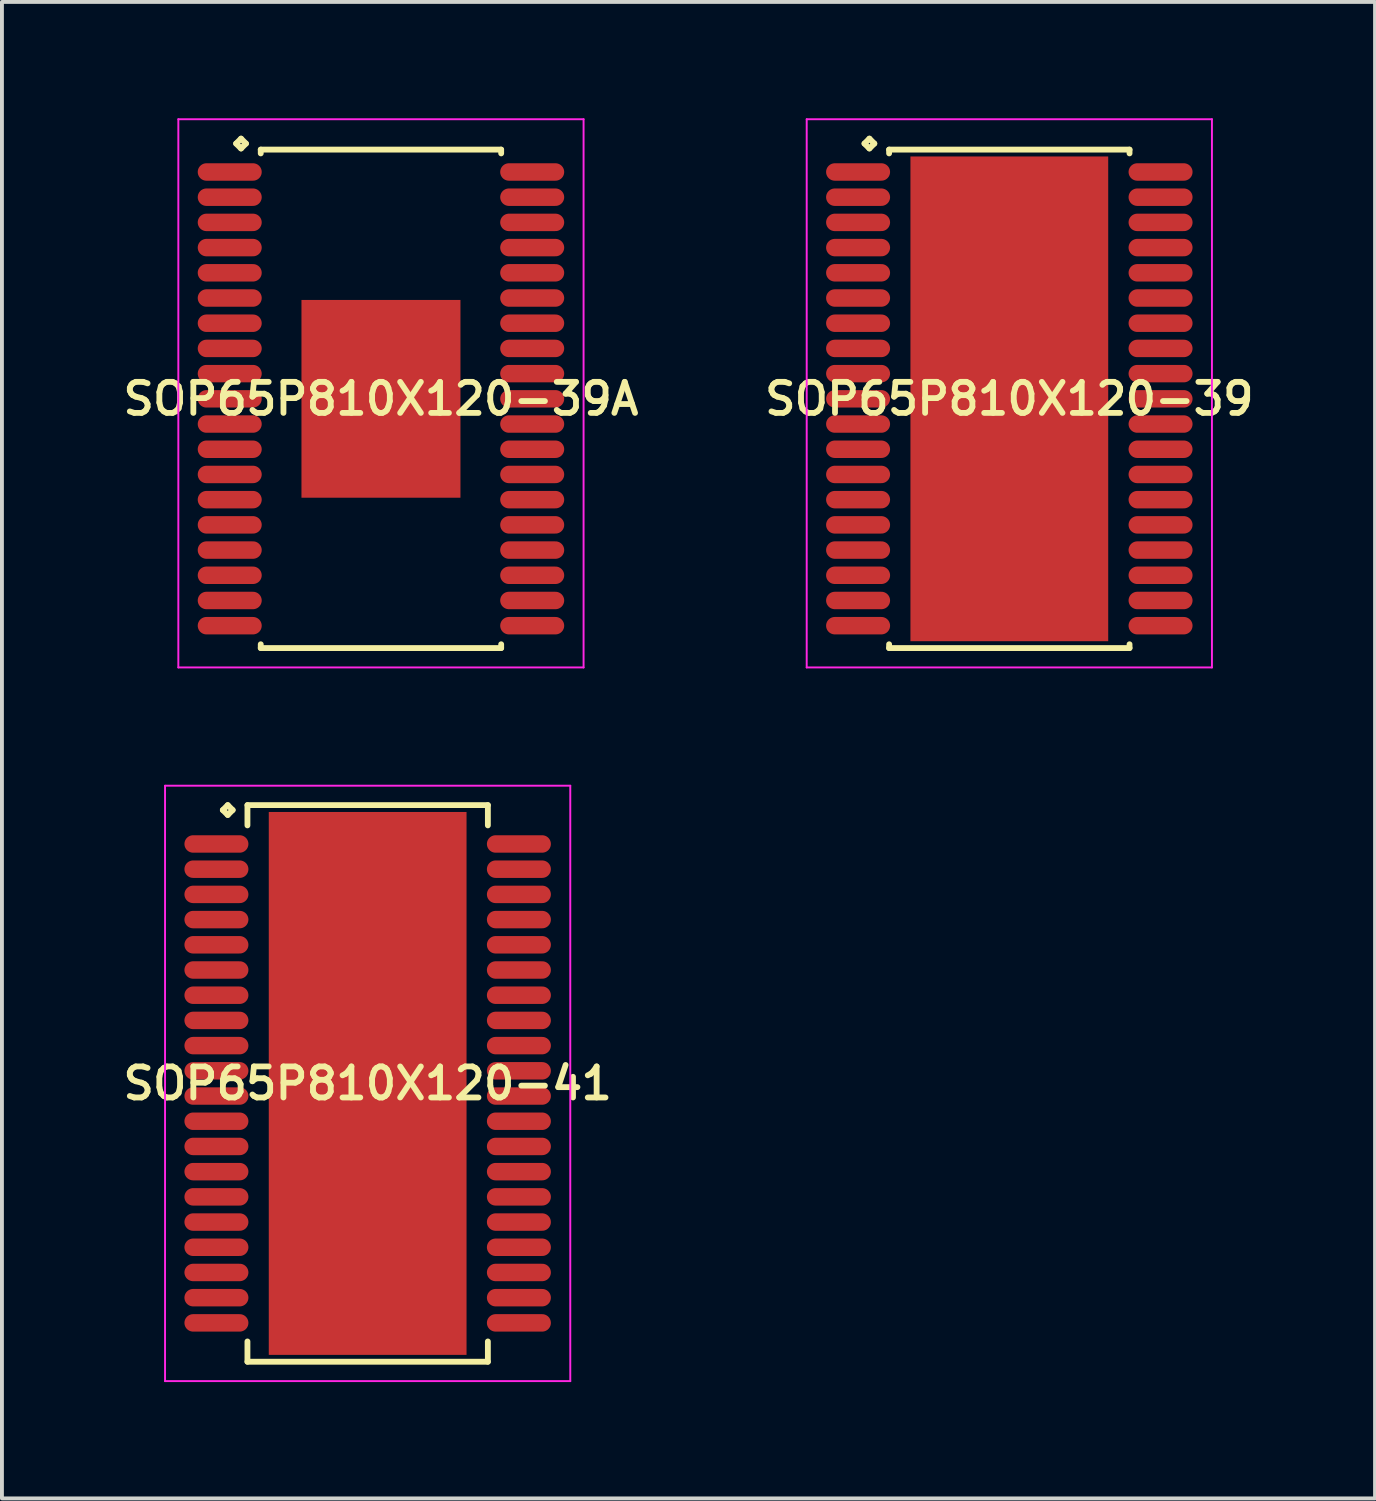
<source format=kicad_pcb>
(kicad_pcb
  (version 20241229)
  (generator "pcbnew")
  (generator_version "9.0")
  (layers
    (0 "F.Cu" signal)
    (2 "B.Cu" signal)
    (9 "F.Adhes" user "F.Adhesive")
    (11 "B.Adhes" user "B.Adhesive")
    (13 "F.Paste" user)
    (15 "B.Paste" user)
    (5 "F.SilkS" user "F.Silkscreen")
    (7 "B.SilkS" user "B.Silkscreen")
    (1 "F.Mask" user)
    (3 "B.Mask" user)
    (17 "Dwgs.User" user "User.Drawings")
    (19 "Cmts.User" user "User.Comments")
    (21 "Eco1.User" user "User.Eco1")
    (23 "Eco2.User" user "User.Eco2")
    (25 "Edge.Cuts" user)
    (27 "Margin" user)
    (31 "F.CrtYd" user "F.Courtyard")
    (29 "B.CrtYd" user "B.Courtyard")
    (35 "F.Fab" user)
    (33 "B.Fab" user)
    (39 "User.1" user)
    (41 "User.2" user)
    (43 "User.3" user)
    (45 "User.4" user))
  (footprint "SOP65P810X120-39A"
    (layer "F.Cu")
    (at 6.774 7.235)
    (property "Reference" "SOP65P810X120-39A" (at 0 0 0) (layer "F.SilkS") (effects (font (size 0.8 0.8) (thickness 0.15))))
    (attr smd)
    (fp_line (start -3.735 -6.583) (end -3.608 -6.71) (stroke (width 0.15) (type solid)) (layer "F.SilkS"))
    (fp_line (start -3.608 -6.71) (end -3.481 -6.583) (stroke (width 0.15) (type solid)) (layer "F.SilkS"))
    (fp_line (start -3.608 -6.456) (end -3.735 -6.583) (stroke (width 0.15) (type solid)) (layer "F.SilkS"))
    (fp_line (start -3.481 -6.583) (end -3.608 -6.456) (stroke (width 0.15) (type solid)) (layer "F.SilkS"))
    (fp_line (start -3.1 -6.427) (end 3.1 -6.427) (stroke (width 0.15) (type solid)) (layer "F.SilkS"))
    (fp_line (start -3.1 -6.329) (end -3.1 -6.427) (stroke (width 0.15) (type solid)) (layer "F.SilkS"))
    (fp_line (start -3.1 6.329) (end -3.1 6.427) (stroke (width 0.15) (type solid)) (layer "F.SilkS"))
    (fp_line (start -3.1 6.427) (end 3.1 6.427) (stroke (width 0.15) (type solid)) (layer "F.SilkS"))
    (fp_line (start 3.1 -6.427) (end 3.1 -6.329) (stroke (width 0.15) (type solid)) (layer "F.SilkS"))
    (fp_line (start 3.1 6.427) (end 3.1 6.329) (stroke (width 0.15) (type solid)) (layer "F.SilkS"))
    (fp_line (start -5.225 -7.21) (end 5.225 -7.21) (stroke (width 0.05) (type solid)) (layer "F.CrtYd"))
    (fp_line (start -5.225 6.927) (end -5.225 -7.21) (stroke (width 0.05) (type solid)) (layer "F.CrtYd"))
    (fp_line (start 5.225 -7.21) (end 5.225 6.927) (stroke (width 0.05) (type solid)) (layer "F.CrtYd"))
    (fp_line (start 5.225 6.927) (end -5.225 6.927) (stroke (width 0.05) (type solid)) (layer "F.CrtYd"))
    (pad "1" smd oval (at -3.9 -5.85) (size 1.65 0.45) (layers "F.Cu" "F.Mask" "F.Paste"))
    (pad "2" smd oval (at -3.9 -5.2) (size 1.65 0.45) (layers "F.Cu" "F.Mask" "F.Paste"))
    (pad "3" smd oval (at -3.9 -4.55) (size 1.65 0.45) (layers "F.Cu" "F.Mask" "F.Paste"))
    (pad "4" smd oval (at -3.9 -3.9) (size 1.65 0.45) (layers "F.Cu" "F.Mask" "F.Paste"))
    (pad "5" smd oval (at -3.9 -3.25) (size 1.65 0.45) (layers "F.Cu" "F.Mask" "F.Paste"))
    (pad "6" smd oval (at -3.9 -2.6) (size 1.65 0.45) (layers "F.Cu" "F.Mask" "F.Paste"))
    (pad "7" smd oval (at -3.9 -1.95) (size 1.65 0.45) (layers "F.Cu" "F.Mask" "F.Paste"))
    (pad "8" smd oval (at -3.9 -1.3) (size 1.65 0.45) (layers "F.Cu" "F.Mask" "F.Paste"))
    (pad "9" smd oval (at -3.9 -0.65) (size 1.65 0.45) (layers "F.Cu" "F.Mask" "F.Paste"))
    (pad "10" smd oval (at -3.9 0) (size 1.65 0.45) (layers "F.Cu" "F.Mask" "F.Paste"))
    (pad "11" smd oval (at -3.9 0.65) (size 1.65 0.45) (layers "F.Cu" "F.Mask" "F.Paste"))
    (pad "12" smd oval (at -3.9 1.3) (size 1.65 0.45) (layers "F.Cu" "F.Mask" "F.Paste"))
    (pad "13" smd oval (at -3.9 1.95) (size 1.65 0.45) (layers "F.Cu" "F.Mask" "F.Paste"))
    (pad "14" smd oval (at -3.9 2.6) (size 1.65 0.45) (layers "F.Cu" "F.Mask" "F.Paste"))
    (pad "15" smd oval (at -3.9 3.25) (size 1.65 0.45) (layers "F.Cu" "F.Mask" "F.Paste"))
    (pad "16" smd oval (at -3.9 3.9) (size 1.65 0.45) (layers "F.Cu" "F.Mask" "F.Paste"))
    (pad "17" smd oval (at -3.9 4.55) (size 1.65 0.45) (layers "F.Cu" "F.Mask" "F.Paste"))
    (pad "18" smd oval (at -3.9 5.2) (size 1.65 0.45) (layers "F.Cu" "F.Mask" "F.Paste"))
    (pad "19" smd oval (at -3.9 5.85) (size 1.65 0.45) (layers "F.Cu" "F.Mask" "F.Paste"))
    (pad "20" smd oval (at 3.9 5.85) (size 1.65 0.45) (layers "F.Cu" "F.Mask" "F.Paste"))
    (pad "21" smd oval (at 3.9 5.2) (size 1.65 0.45) (layers "F.Cu" "F.Mask" "F.Paste"))
    (pad "22" smd oval (at 3.9 4.55) (size 1.65 0.45) (layers "F.Cu" "F.Mask" "F.Paste"))
    (pad "23" smd oval (at 3.9 3.9) (size 1.65 0.45) (layers "F.Cu" "F.Mask" "F.Paste"))
    (pad "24" smd oval (at 3.9 3.25) (size 1.65 0.45) (layers "F.Cu" "F.Mask" "F.Paste"))
    (pad "25" smd oval (at 3.9 2.6) (size 1.65 0.45) (layers "F.Cu" "F.Mask" "F.Paste"))
    (pad "26" smd oval (at 3.9 1.95) (size 1.65 0.45) (layers "F.Cu" "F.Mask" "F.Paste"))
    (pad "27" smd oval (at 3.9 1.3) (size 1.65 0.45) (layers "F.Cu" "F.Mask" "F.Paste"))
    (pad "28" smd oval (at 3.9 0.65) (size 1.65 0.45) (layers "F.Cu" "F.Mask" "F.Paste"))
    (pad "29" smd oval (at 3.9 0) (size 1.65 0.45) (layers "F.Cu" "F.Mask" "F.Paste"))
    (pad "30" smd oval (at 3.9 -0.65) (size 1.65 0.45) (layers "F.Cu" "F.Mask" "F.Paste"))
    (pad "31" smd oval (at 3.9 -1.3) (size 1.65 0.45) (layers "F.Cu" "F.Mask" "F.Paste"))
    (pad "32" smd oval (at 3.9 -1.95) (size 1.65 0.45) (layers "F.Cu" "F.Mask" "F.Paste"))
    (pad "33" smd oval (at 3.9 -2.6) (size 1.65 0.45) (layers "F.Cu" "F.Mask" "F.Paste"))
    (pad "34" smd oval (at 3.9 -3.25) (size 1.65 0.45) (layers "F.Cu" "F.Mask" "F.Paste"))
    (pad "35" smd oval (at 3.9 -3.9) (size 1.65 0.45) (layers "F.Cu" "F.Mask" "F.Paste"))
    (pad "36" smd oval (at 3.9 -4.55) (size 1.65 0.45) (layers "F.Cu" "F.Mask" "F.Paste"))
    (pad "37" smd oval (at 3.9 -5.2) (size 1.65 0.45) (layers "F.Cu" "F.Mask" "F.Paste"))
    (pad "38" smd oval (at 3.9 -5.85) (size 1.65 0.45) (layers "F.Cu" "F.Mask" "F.Paste"))
    (pad "39" smd rect (at 0 0) (size 4.1 5.1) (layers "F.Cu" "F.Mask" "F.Paste")))
  (footprint "SOP65P810X120-39"
    (layer "F.Cu")
    (at 22.978 7.235)
    (property "Reference" "SOP65P810X120-39" (at 0 0 0) (layer "F.SilkS") (effects (font (size 0.8 0.8) (thickness 0.15))))
    (attr smd)
    (fp_line (start -3.735 -6.583) (end -3.608 -6.71) (stroke (width 0.15) (type solid)) (layer "F.SilkS"))
    (fp_line (start -3.608 -6.71) (end -3.481 -6.583) (stroke (width 0.15) (type solid)) (layer "F.SilkS"))
    (fp_line (start -3.608 -6.456) (end -3.735 -6.583) (stroke (width 0.15) (type solid)) (layer "F.SilkS"))
    (fp_line (start -3.481 -6.583) (end -3.608 -6.456) (stroke (width 0.15) (type solid)) (layer "F.SilkS"))
    (fp_line (start -3.1 -6.427) (end 3.1 -6.427) (stroke (width 0.15) (type solid)) (layer "F.SilkS"))
    (fp_line (start -3.1 -6.329) (end -3.1 -6.427) (stroke (width 0.15) (type solid)) (layer "F.SilkS"))
    (fp_line (start -3.1 6.329) (end -3.1 6.427) (stroke (width 0.15) (type solid)) (layer "F.SilkS"))
    (fp_line (start -3.1 6.427) (end 3.1 6.427) (stroke (width 0.15) (type solid)) (layer "F.SilkS"))
    (fp_line (start 3.1 -6.427) (end 3.1 -6.329) (stroke (width 0.15) (type solid)) (layer "F.SilkS"))
    (fp_line (start 3.1 6.427) (end 3.1 6.329) (stroke (width 0.15) (type solid)) (layer "F.SilkS"))
    (fp_line (start -5.225 -7.21) (end 5.225 -7.21) (stroke (width 0.05) (type solid)) (layer "F.CrtYd"))
    (fp_line (start -5.225 6.927) (end -5.225 -7.21) (stroke (width 0.05) (type solid)) (layer "F.CrtYd"))
    (fp_line (start 5.225 -7.21) (end 5.225 6.927) (stroke (width 0.05) (type solid)) (layer "F.CrtYd"))
    (fp_line (start 5.225 6.927) (end -5.225 6.927) (stroke (width 0.05) (type solid)) (layer "F.CrtYd"))
    (pad "1" smd oval (at -3.9 -5.85) (size 1.65 0.45) (layers "F.Cu" "F.Mask" "F.Paste"))
    (pad "2" smd oval (at -3.9 -5.2) (size 1.65 0.45) (layers "F.Cu" "F.Mask" "F.Paste"))
    (pad "3" smd oval (at -3.9 -4.55) (size 1.65 0.45) (layers "F.Cu" "F.Mask" "F.Paste"))
    (pad "4" smd oval (at -3.9 -3.9) (size 1.65 0.45) (layers "F.Cu" "F.Mask" "F.Paste"))
    (pad "5" smd oval (at -3.9 -3.25) (size 1.65 0.45) (layers "F.Cu" "F.Mask" "F.Paste"))
    (pad "6" smd oval (at -3.9 -2.6) (size 1.65 0.45) (layers "F.Cu" "F.Mask" "F.Paste"))
    (pad "7" smd oval (at -3.9 -1.95) (size 1.65 0.45) (layers "F.Cu" "F.Mask" "F.Paste"))
    (pad "8" smd oval (at -3.9 -1.3) (size 1.65 0.45) (layers "F.Cu" "F.Mask" "F.Paste"))
    (pad "9" smd oval (at -3.9 -0.65) (size 1.65 0.45) (layers "F.Cu" "F.Mask" "F.Paste"))
    (pad "10" smd oval (at -3.9 0) (size 1.65 0.45) (layers "F.Cu" "F.Mask" "F.Paste"))
    (pad "11" smd oval (at -3.9 0.65) (size 1.65 0.45) (layers "F.Cu" "F.Mask" "F.Paste"))
    (pad "12" smd oval (at -3.9 1.3) (size 1.65 0.45) (layers "F.Cu" "F.Mask" "F.Paste"))
    (pad "13" smd oval (at -3.9 1.95) (size 1.65 0.45) (layers "F.Cu" "F.Mask" "F.Paste"))
    (pad "14" smd oval (at -3.9 2.6) (size 1.65 0.45) (layers "F.Cu" "F.Mask" "F.Paste"))
    (pad "15" smd oval (at -3.9 3.25) (size 1.65 0.45) (layers "F.Cu" "F.Mask" "F.Paste"))
    (pad "16" smd oval (at -3.9 3.9) (size 1.65 0.45) (layers "F.Cu" "F.Mask" "F.Paste"))
    (pad "17" smd oval (at -3.9 4.55) (size 1.65 0.45) (layers "F.Cu" "F.Mask" "F.Paste"))
    (pad "18" smd oval (at -3.9 5.2) (size 1.65 0.45) (layers "F.Cu" "F.Mask" "F.Paste"))
    (pad "19" smd oval (at -3.9 5.85) (size 1.65 0.45) (layers "F.Cu" "F.Mask" "F.Paste"))
    (pad "20" smd oval (at 3.9 5.85) (size 1.65 0.45) (layers "F.Cu" "F.Mask" "F.Paste"))
    (pad "21" smd oval (at 3.9 5.2) (size 1.65 0.45) (layers "F.Cu" "F.Mask" "F.Paste"))
    (pad "22" smd oval (at 3.9 4.55) (size 1.65 0.45) (layers "F.Cu" "F.Mask" "F.Paste"))
    (pad "23" smd oval (at 3.9 3.9) (size 1.65 0.45) (layers "F.Cu" "F.Mask" "F.Paste"))
    (pad "24" smd oval (at 3.9 3.25) (size 1.65 0.45) (layers "F.Cu" "F.Mask" "F.Paste"))
    (pad "25" smd oval (at 3.9 2.6) (size 1.65 0.45) (layers "F.Cu" "F.Mask" "F.Paste"))
    (pad "26" smd oval (at 3.9 1.95) (size 1.65 0.45) (layers "F.Cu" "F.Mask" "F.Paste"))
    (pad "27" smd oval (at 3.9 1.3) (size 1.65 0.45) (layers "F.Cu" "F.Mask" "F.Paste"))
    (pad "28" smd oval (at 3.9 0.65) (size 1.65 0.45) (layers "F.Cu" "F.Mask" "F.Paste"))
    (pad "29" smd oval (at 3.9 0) (size 1.65 0.45) (layers "F.Cu" "F.Mask" "F.Paste"))
    (pad "30" smd oval (at 3.9 -0.65) (size 1.65 0.45) (layers "F.Cu" "F.Mask" "F.Paste"))
    (pad "31" smd oval (at 3.9 -1.3) (size 1.65 0.45) (layers "F.Cu" "F.Mask" "F.Paste"))
    (pad "32" smd oval (at 3.9 -1.95) (size 1.65 0.45) (layers "F.Cu" "F.Mask" "F.Paste"))
    (pad "33" smd oval (at 3.9 -2.6) (size 1.65 0.45) (layers "F.Cu" "F.Mask" "F.Paste"))
    (pad "34" smd oval (at 3.9 -3.25) (size 1.65 0.45) (layers "F.Cu" "F.Mask" "F.Paste"))
    (pad "35" smd oval (at 3.9 -3.9) (size 1.65 0.45) (layers "F.Cu" "F.Mask" "F.Paste"))
    (pad "36" smd oval (at 3.9 -4.55) (size 1.65 0.45) (layers "F.Cu" "F.Mask" "F.Paste"))
    (pad "37" smd oval (at 3.9 -5.2) (size 1.65 0.45) (layers "F.Cu" "F.Mask" "F.Paste"))
    (pad "38" smd oval (at 3.9 -5.85) (size 1.65 0.45) (layers "F.Cu" "F.Mask" "F.Paste"))
    (pad "39" smd rect (at 0 0) (size 5.1 12.5) (layers "F.Cu" "F.Mask" "F.Paste")))
  (footprint "SOP65P810X120-41"
    (layer "F.Cu")
    (at 6.431 24.889)
    (property "Reference" "SOP65P810X120-41" (at 0 0 0) (layer "F.SilkS") (effects (font (size 0.8 0.8) (thickness 0.15))))
    (attr smd)
    (fp_line (start -3.735 -7.05) (end -3.608 -7.177) (stroke (width 0.15) (type solid)) (layer "F.SilkS"))
    (fp_line (start -3.608 -7.177) (end -3.481 -7.05) (stroke (width 0.15) (type solid)) (layer "F.SilkS"))
    (fp_line (start -3.608 -6.923) (end -3.735 -7.05) (stroke (width 0.15) (type solid)) (layer "F.SilkS"))
    (fp_line (start -3.481 -7.05) (end -3.608 -6.923) (stroke (width 0.15) (type solid)) (layer "F.SilkS"))
    (fp_line (start -3.1 -7.177) (end 3.1 -7.177) (stroke (width 0.15) (type solid)) (layer "F.SilkS"))
    (fp_line (start -3.1 -6.654) (end -3.1 -7.177) (stroke (width 0.15) (type solid)) (layer "F.SilkS"))
    (fp_line (start -3.1 6.654) (end -3.1 7.177) (stroke (width 0.15) (type solid)) (layer "F.SilkS"))
    (fp_line (start -3.1 7.177) (end 3.1 7.177) (stroke (width 0.15) (type solid)) (layer "F.SilkS"))
    (fp_line (start 3.1 -7.177) (end 3.1 -6.654) (stroke (width 0.15) (type solid)) (layer "F.SilkS"))
    (fp_line (start 3.1 7.177) (end 3.1 6.654) (stroke (width 0.15) (type solid)) (layer "F.SilkS"))
    (fp_line (start -5.225 -7.677) (end 5.225 -7.677) (stroke (width 0.05) (type solid)) (layer "F.CrtYd"))
    (fp_line (start -5.225 7.677) (end -5.225 -7.677) (stroke (width 0.05) (type solid)) (layer "F.CrtYd"))
    (fp_line (start 5.225 -7.677) (end 5.225 7.677) (stroke (width 0.05) (type solid)) (layer "F.CrtYd"))
    (fp_line (start 5.225 7.677) (end -5.225 7.677) (stroke (width 0.05) (type solid)) (layer "F.CrtYd"))
    (pad "1" smd oval (at -3.9 -6.175) (size 1.65 0.45) (layers "F.Cu" "F.Mask" "F.Paste"))
    (pad "2" smd oval (at -3.9 -5.525) (size 1.65 0.45) (layers "F.Cu" "F.Mask" "F.Paste"))
    (pad "3" smd oval (at -3.9 -4.875) (size 1.65 0.45) (layers "F.Cu" "F.Mask" "F.Paste"))
    (pad "4" smd oval (at -3.9 -4.225) (size 1.65 0.45) (layers "F.Cu" "F.Mask" "F.Paste"))
    (pad "5" smd oval (at -3.9 -3.575) (size 1.65 0.45) (layers "F.Cu" "F.Mask" "F.Paste"))
    (pad "6" smd oval (at -3.9 -2.925) (size 1.65 0.45) (layers "F.Cu" "F.Mask" "F.Paste"))
    (pad "7" smd oval (at -3.9 -2.275) (size 1.65 0.45) (layers "F.Cu" "F.Mask" "F.Paste"))
    (pad "8" smd oval (at -3.9 -1.625) (size 1.65 0.45) (layers "F.Cu" "F.Mask" "F.Paste"))
    (pad "9" smd oval (at -3.9 -0.975) (size 1.65 0.45) (layers "F.Cu" "F.Mask" "F.Paste"))
    (pad "10" smd oval (at -3.9 -0.325) (size 1.65 0.45) (layers "F.Cu" "F.Mask" "F.Paste"))
    (pad "11" smd oval (at -3.9 0.325) (size 1.65 0.45) (layers "F.Cu" "F.Mask" "F.Paste"))
    (pad "12" smd oval (at -3.9 0.975) (size 1.65 0.45) (layers "F.Cu" "F.Mask" "F.Paste"))
    (pad "13" smd oval (at -3.9 1.625) (size 1.65 0.45) (layers "F.Cu" "F.Mask" "F.Paste"))
    (pad "14" smd oval (at -3.9 2.275) (size 1.65 0.45) (layers "F.Cu" "F.Mask" "F.Paste"))
    (pad "15" smd oval (at -3.9 2.925) (size 1.65 0.45) (layers "F.Cu" "F.Mask" "F.Paste"))
    (pad "16" smd oval (at -3.9 3.575) (size 1.65 0.45) (layers "F.Cu" "F.Mask" "F.Paste"))
    (pad "17" smd oval (at -3.9 4.225) (size 1.65 0.45) (layers "F.Cu" "F.Mask" "F.Paste"))
    (pad "18" smd oval (at -3.9 4.875) (size 1.65 0.45) (layers "F.Cu" "F.Mask" "F.Paste"))
    (pad "19" smd oval (at -3.9 5.525) (size 1.65 0.45) (layers "F.Cu" "F.Mask" "F.Paste"))
    (pad "20" smd oval (at -3.9 6.175) (size 1.65 0.45) (layers "F.Cu" "F.Mask" "F.Paste"))
    (pad "21" smd oval (at 3.9 6.175) (size 1.65 0.45) (layers "F.Cu" "F.Mask" "F.Paste"))
    (pad "22" smd oval (at 3.9 5.525) (size 1.65 0.45) (layers "F.Cu" "F.Mask" "F.Paste"))
    (pad "23" smd oval (at 3.9 4.875) (size 1.65 0.45) (layers "F.Cu" "F.Mask" "F.Paste"))
    (pad "24" smd oval (at 3.9 4.225) (size 1.65 0.45) (layers "F.Cu" "F.Mask" "F.Paste"))
    (pad "25" smd oval (at 3.9 3.575) (size 1.65 0.45) (layers "F.Cu" "F.Mask" "F.Paste"))
    (pad "26" smd oval (at 3.9 2.925) (size 1.65 0.45) (layers "F.Cu" "F.Mask" "F.Paste"))
    (pad "27" smd oval (at 3.9 2.275) (size 1.65 0.45) (layers "F.Cu" "F.Mask" "F.Paste"))
    (pad "28" smd oval (at 3.9 1.625) (size 1.65 0.45) (layers "F.Cu" "F.Mask" "F.Paste"))
    (pad "29" smd oval (at 3.9 0.975) (size 1.65 0.45) (layers "F.Cu" "F.Mask" "F.Paste"))
    (pad "30" smd oval (at 3.9 0.325) (size 1.65 0.45) (layers "F.Cu" "F.Mask" "F.Paste"))
    (pad "31" smd oval (at 3.9 -0.325) (size 1.65 0.45) (layers "F.Cu" "F.Mask" "F.Paste"))
    (pad "32" smd oval (at 3.9 -0.975) (size 1.65 0.45) (layers "F.Cu" "F.Mask" "F.Paste"))
    (pad "33" smd oval (at 3.9 -1.625) (size 1.65 0.45) (layers "F.Cu" "F.Mask" "F.Paste"))
    (pad "34" smd oval (at 3.9 -2.275) (size 1.65 0.45) (layers "F.Cu" "F.Mask" "F.Paste"))
    (pad "35" smd oval (at 3.9 -2.925) (size 1.65 0.45) (layers "F.Cu" "F.Mask" "F.Paste"))
    (pad "36" smd oval (at 3.9 -3.575) (size 1.65 0.45) (layers "F.Cu" "F.Mask" "F.Paste"))
    (pad "37" smd oval (at 3.9 -4.225) (size 1.65 0.45) (layers "F.Cu" "F.Mask" "F.Paste"))
    (pad "38" smd oval (at 3.9 -4.875) (size 1.65 0.45) (layers "F.Cu" "F.Mask" "F.Paste"))
    (pad "39" smd oval (at 3.9 -5.525) (size 1.65 0.45) (layers "F.Cu" "F.Mask" "F.Paste"))
    (pad "40" smd oval (at 3.9 -6.175) (size 1.65 0.45) (layers "F.Cu" "F.Mask" "F.Paste"))
    (pad "41" smd rect (at 0 0) (size 5.1 14) (layers "F.Cu" "F.Mask" "F.Paste")))
  (gr_rect
    (start -3 -3)
    (end 32.409 35.591)
    (stroke (width 0.1) (type default))
    (fill no)
    (layer "Edge.Cuts")))
</source>
